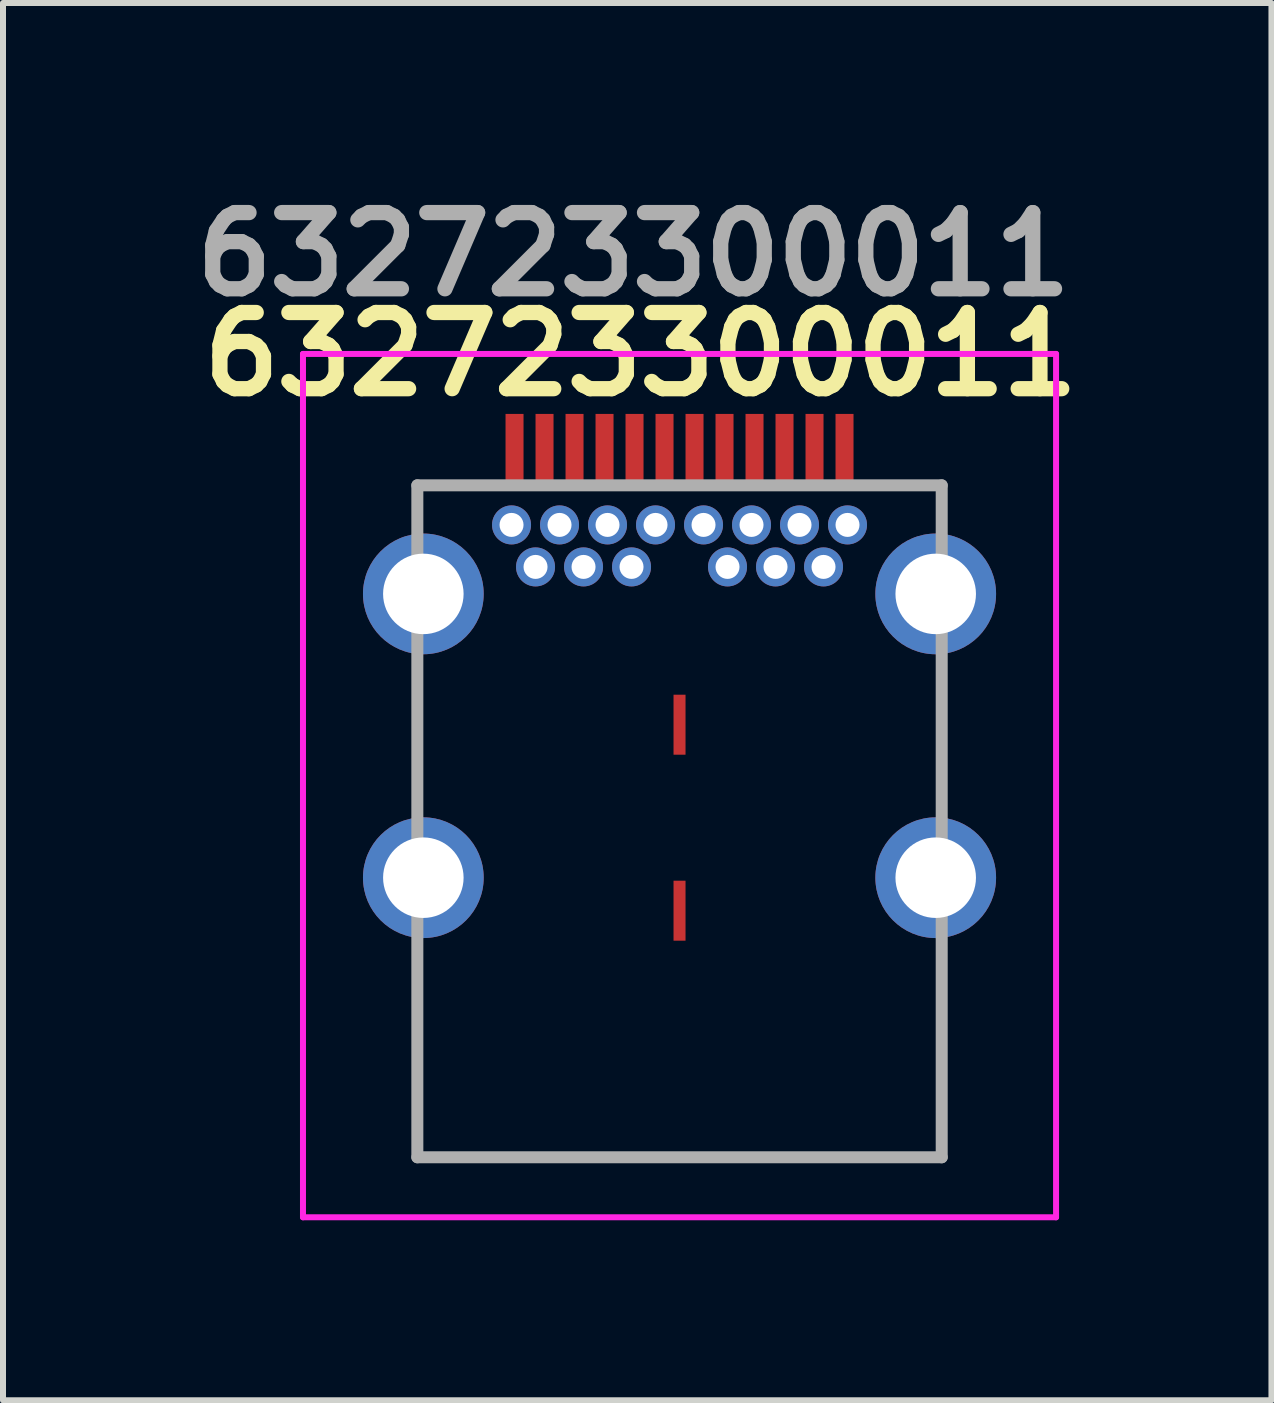
<source format=kicad_pcb>
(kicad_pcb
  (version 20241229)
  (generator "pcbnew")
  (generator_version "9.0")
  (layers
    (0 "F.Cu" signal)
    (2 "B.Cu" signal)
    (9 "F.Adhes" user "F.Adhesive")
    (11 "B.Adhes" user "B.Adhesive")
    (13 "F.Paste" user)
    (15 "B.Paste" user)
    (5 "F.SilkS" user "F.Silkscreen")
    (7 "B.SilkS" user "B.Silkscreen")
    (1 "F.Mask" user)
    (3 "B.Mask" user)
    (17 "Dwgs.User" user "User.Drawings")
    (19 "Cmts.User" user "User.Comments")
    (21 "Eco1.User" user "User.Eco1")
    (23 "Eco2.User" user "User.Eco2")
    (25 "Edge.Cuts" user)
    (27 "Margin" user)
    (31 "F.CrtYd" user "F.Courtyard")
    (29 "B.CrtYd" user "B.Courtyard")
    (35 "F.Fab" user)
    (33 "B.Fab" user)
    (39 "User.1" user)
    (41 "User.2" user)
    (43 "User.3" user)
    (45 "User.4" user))
  (footprint "632723300011"
    (layer "F.Cu")
    (at 8.276 10.344)
    (property "Reference" "632723300011" (at -0.645 -7.49 0) (layer "F.SilkS") (effects (font (size 1.27 1.27) (thickness 0.254))))
    (attr through_hole)
    (fp_line (start -4.37 -5.305) (end -3.5 -5.305) (stroke (width 0.1) (type solid)) (layer "F.SilkS"))
    (fp_line (start -4.37 -4.805) (end -4.37 -5.305) (stroke (width 0.1) (type solid)) (layer "F.SilkS"))
    (fp_line (start -4.37 -0.305) (end -4.37 -1.805) (stroke (width 0.1) (type solid)) (layer "F.SilkS"))
    (fp_line (start -4.37 2.695) (end -4.37 5.895) (stroke (width 0.1) (type solid)) (layer "F.SilkS"))
    (fp_line (start -4.37 5.895) (end 4.37 5.895) (stroke (width 0.1) (type solid)) (layer "F.SilkS"))
    (fp_line (start 4.37 -5.305) (end 3.5 -5.305) (stroke (width 0.1) (type solid)) (layer "F.SilkS"))
    (fp_line (start 4.37 -4.805) (end 4.37 -5.305) (stroke (width 0.1) (type solid)) (layer "F.SilkS"))
    (fp_line (start 4.37 -0.305) (end 4.37 -1.805) (stroke (width 0.1) (type solid)) (layer "F.SilkS"))
    (fp_line (start 4.37 5.895) (end 4.37 2.695) (stroke (width 0.1) (type solid)) (layer "F.SilkS"))
    (fp_line (start -6.276 -7.495) (end 6.276 -7.495) (stroke (width 0.1) (type solid)) (layer "F.CrtYd"))
    (fp_line (start -6.276 6.895) (end -6.276 -7.495) (stroke (width 0.1) (type solid)) (layer "F.CrtYd"))
    (fp_line (start 6.276 -7.495) (end 6.276 6.895) (stroke (width 0.1) (type solid)) (layer "F.CrtYd"))
    (fp_line (start 6.276 6.895) (end -6.276 6.895) (stroke (width 0.1) (type solid)) (layer "F.CrtYd"))
    (fp_line (start -4.37 -5.305) (end 4.37 -5.305) (stroke (width 0.2) (type solid)) (layer "F.Fab"))
    (fp_line (start -4.37 5.895) (end -4.37 -5.305) (stroke (width 0.2) (type solid)) (layer "F.Fab"))
    (fp_line (start 4.37 -5.305) (end 4.37 5.895) (stroke (width 0.2) (type solid)) (layer "F.Fab"))
    (fp_line (start 4.37 5.895) (end -4.37 5.895) (stroke (width 0.2) (type solid)) (layer "F.Fab"))
    (fp_text user "${REFERENCE}" (at -0.765 -9.155 0) (layer "F.Fab") (effects (font (size 1.27 1.27) (thickness 0.254))))
    (pad "A1" smd rect (at -2.75 -5.895) (size 0.3 1.2) (layers "F.Cu" "F.Mask" "F.Paste"))
    (pad "A2" smd rect (at -2.25 -5.895) (size 0.3 1.2) (layers "F.Cu" "F.Mask" "F.Paste"))
    (pad "A3" smd rect (at -1.75 -5.895) (size 0.3 1.2) (layers "F.Cu" "F.Mask" "F.Paste"))
    (pad "A4" smd rect (at -1.25 -5.895) (size 0.3 1.2) (layers "F.Cu" "F.Mask" "F.Paste"))
    (pad "A5" smd rect (at -0.75 -5.895) (size 0.3 1.2) (layers "F.Cu" "F.Mask" "F.Paste"))
    (pad "A6" smd rect (at -0.25 -5.895) (size 0.3 1.2) (layers "F.Cu" "F.Mask" "F.Paste"))
    (pad "A7" smd rect (at 0.25 -5.895) (size 0.3 1.2) (layers "F.Cu" "F.Mask" "F.Paste"))
    (pad "A8" smd rect (at 0.75 -5.895) (size 0.3 1.2) (layers "F.Cu" "F.Mask" "F.Paste"))
    (pad "A9" smd rect (at 1.25 -5.895) (size 0.3 1.2) (layers "F.Cu" "F.Mask" "F.Paste"))
    (pad "A10" smd rect (at 1.75 -5.895) (size 0.3 1.2) (layers "F.Cu" "F.Mask" "F.Paste"))
    (pad "A11" smd rect (at 2.25 -5.895) (size 0.3 1.2) (layers "F.Cu" "F.Mask" "F.Paste"))
    (pad "A12" smd rect (at 2.75 -5.895) (size 0.3 1.2) (layers "F.Cu" "F.Mask" "F.Paste"))
    (pad "B1" thru_hole circle (at 2.8 -4.645) (size 0.65 0.65) (drill 0.4) (layers "*.Cu" "*.Mask"))
    (pad "B2" thru_hole circle (at 2.4 -3.945) (size 0.65 0.65) (drill 0.4) (layers "*.Cu" "*.Mask"))
    (pad "B3" thru_hole circle (at 1.6 -3.945) (size 0.65 0.65) (drill 0.4) (layers "*.Cu" "*.Mask"))
    (pad "B4" thru_hole circle (at 1.2 -4.645) (size 0.65 0.65) (drill 0.4) (layers "*.Cu" "*.Mask"))
    (pad "B5" thru_hole circle (at 0.8 -3.945) (size 0.65 0.65) (drill 0.4) (layers "*.Cu" "*.Mask"))
    (pad "B6" thru_hole circle (at 0.4 -4.645) (size 0.65 0.65) (drill 0.4) (layers "*.Cu" "*.Mask"))
    (pad "B7" thru_hole circle (at -0.4 -4.645) (size 0.65 0.65) (drill 0.4) (layers "*.Cu" "*.Mask"))
    (pad "B8" thru_hole circle (at -0.8 -3.945) (size 0.65 0.65) (drill 0.4) (layers "*.Cu" "*.Mask"))
    (pad "B9" thru_hole circle (at -1.2 -4.645) (size 0.65 0.65) (drill 0.4) (layers "*.Cu" "*.Mask"))
    (pad "B10" thru_hole circle (at -1.6 -3.945) (size 0.65 0.65) (drill 0.4) (layers "*.Cu" "*.Mask"))
    (pad "B11" thru_hole circle (at -2.4 -3.945) (size 0.65 0.65) (drill 0.4) (layers "*.Cu" "*.Mask"))
    (pad "B12" thru_hole circle (at -2.8 -4.645) (size 0.65 0.65) (drill 0.4) (layers "*.Cu" "*.Mask"))
    (pad "GND1" thru_hole circle (at 2 -4.645) (size 0.65 0.65) (drill 0.4) (layers "*.Cu" "*.Mask"))
    (pad "GND2" thru_hole circle (at -2 -4.645) (size 0.65 0.65) (drill 0.4) (layers "*.Cu" "*.Mask"))
    (pad "SH1" smd rect (at 0 1.785) (size 0.2 1) (layers "F.Cu" "F.Mask" "F.Paste"))
    (pad "SH2" smd rect (at 0 -1.315) (size 0.2 1) (layers "F.Cu" "F.Mask" "F.Paste"))
    (pad "SH3" thru_hole circle (at 4.27 -3.495) (size 2.012 2.012) (drill 1.342) (layers "*.Cu" "*.Mask"))
    (pad "SH4" thru_hole circle (at -4.27 -3.495) (size 2.012 2.012) (drill 1.342) (layers "*.Cu" "*.Mask"))
    (pad "SH5" thru_hole circle (at 4.27 1.235) (size 2.012 2.012) (drill 1.342) (layers "*.Cu" "*.Mask"))
    (pad "SH6" thru_hole circle (at -4.27 1.235) (size 2.012 2.012) (drill 1.342) (layers "*.Cu" "*.Mask")))
  (gr_rect
    (start -3 -3)
    (end 18.142 20.289)
    (stroke (width 0.1) (type default))
    (fill no)
    (layer "Edge.Cuts")))
</source>
